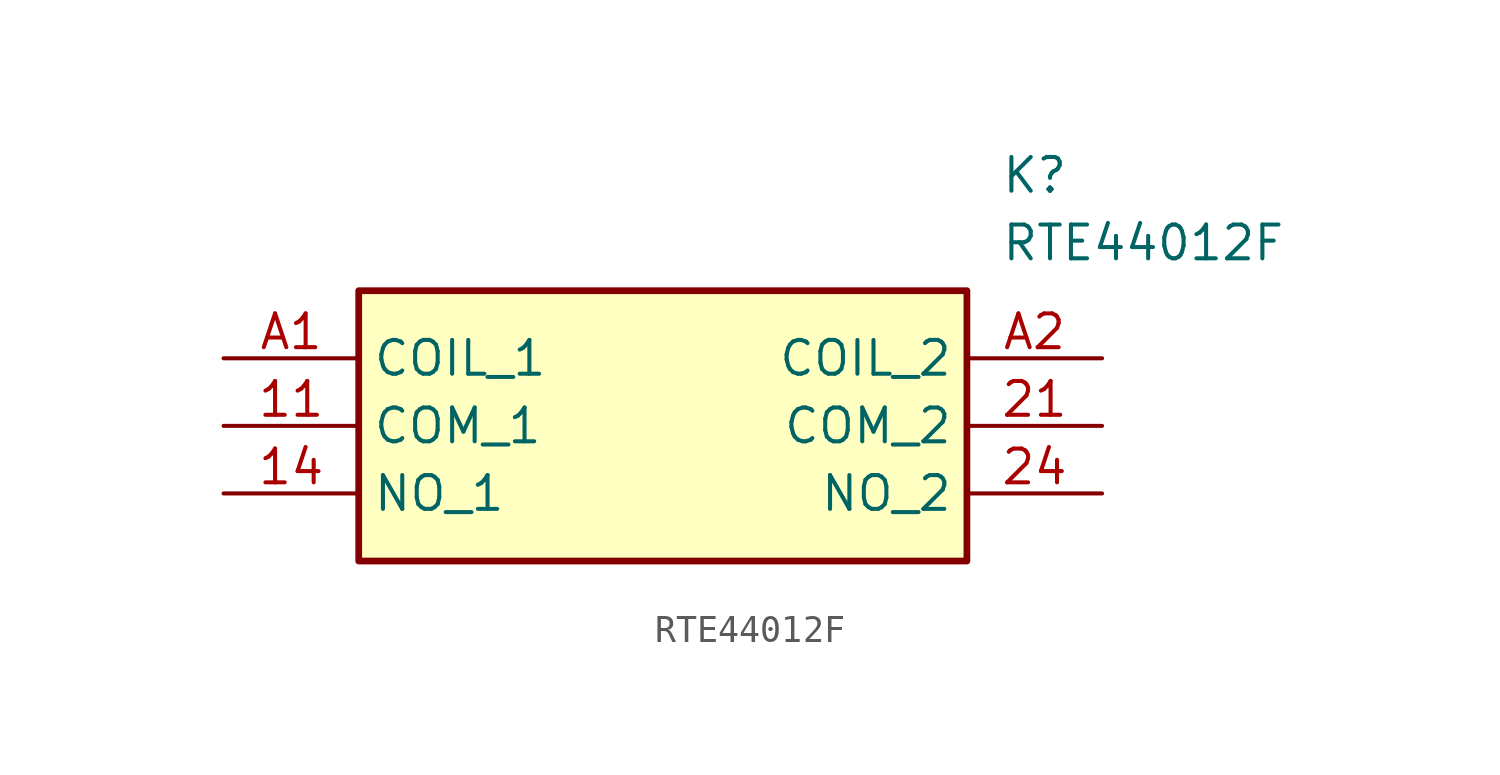
<source format=kicad_sym>
(kicad_symbol_lib
  (version 20211014)
  (generator SamacSys_ECAD_Model)
  (symbol "RTE44012F"
    (property "Reference" "K"
      (at 29.21 7.62 0)
      (effects (font (size 1.27 1.27)) (justify left top)))
    (property "Value" "RTE44012F"
      (at 29.21 5.08 0)
      (effects (font (size 1.27 1.27)) (justify left top)))
    (rectangle
      (start 5.08 2.54)
      (end 27.94 -7.62)
      (stroke (width 0.254) (type default))
      (fill (type background)))
    (pin passive line
      (at 0 -2.54 0)
      (length 5.08)
      (name "COM_1" (effects (font (size 1.27 1.27))))
      (number "11" (effects (font (size 1.27 1.27)))))
    (pin passive line
      (at 0 -5.08 0)
      (length 5.08)
      (name "NO_1" (effects (font (size 1.27 1.27))))
      (number "14" (effects (font (size 1.27 1.27)))))
    (pin passive line
      (at 33.02 -2.54 180)
      (length 5.08)
      (name "COM_2" (effects (font (size 1.27 1.27))))
      (number "21" (effects (font (size 1.27 1.27)))))
    (pin passive line
      (at 33.02 -5.08 180)
      (length 5.08)
      (name "NO_2" (effects (font (size 1.27 1.27))))
      (number "24" (effects (font (size 1.27 1.27)))))
    (pin passive line
      (at 0 0 0)
      (length 5.08)
      (name "COIL_1" (effects (font (size 1.27 1.27))))
      (number "A1" (effects (font (size 1.27 1.27)))))
    (pin passive line
      (at 33.02 0 180)
      (length 5.08)
      (name "COIL_2" (effects (font (size 1.27 1.27))))
      (number "A2" (effects (font (size 1.27 1.27)))))))
</source>
